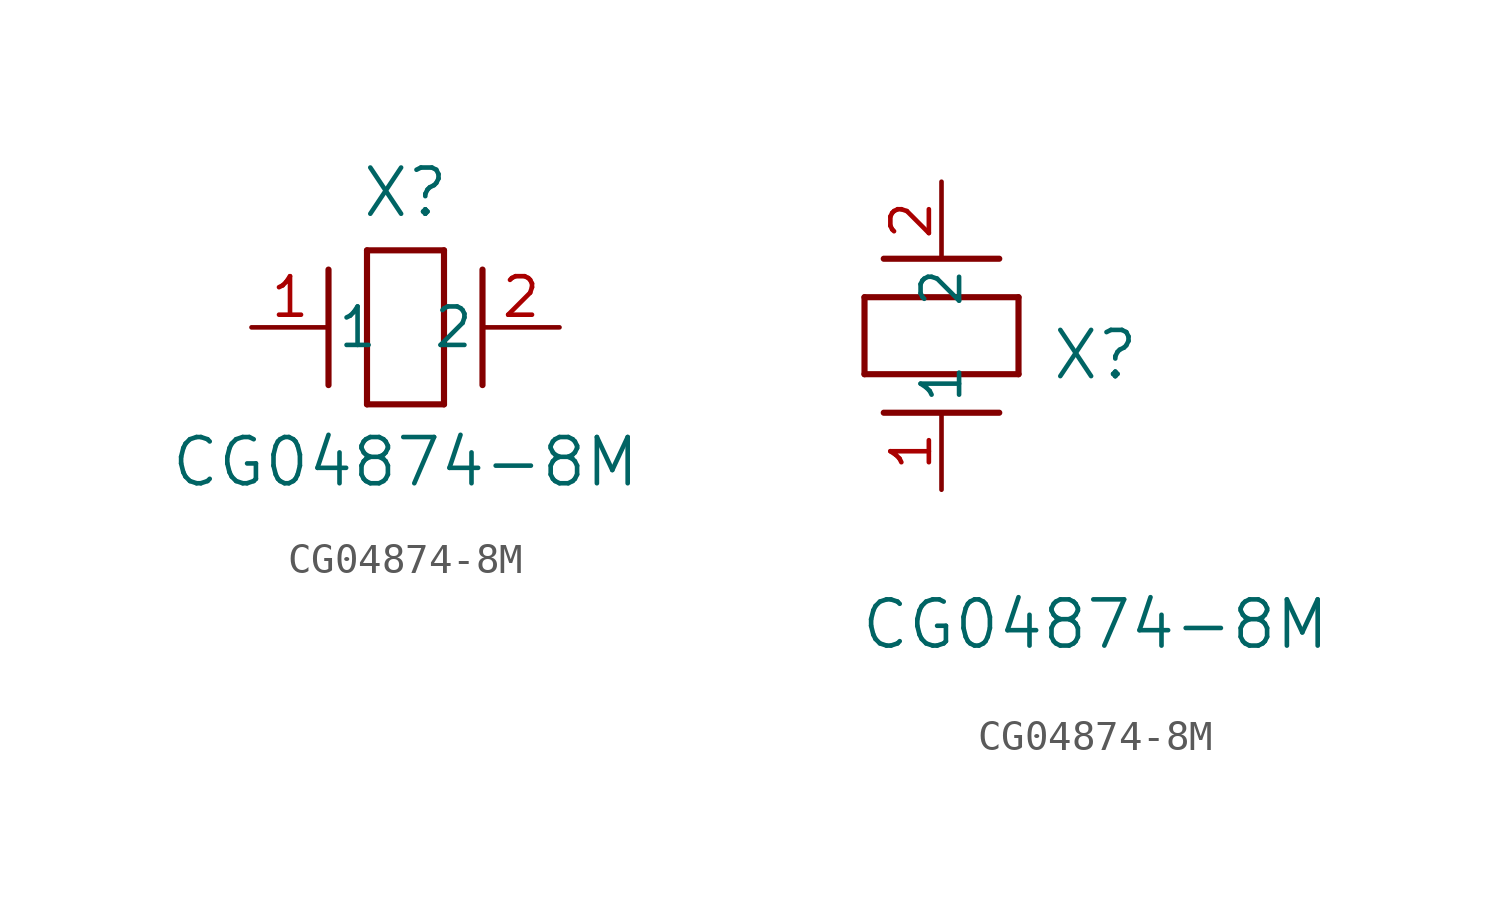
<source format=kicad_sym>
(kicad_symbol_lib
  (version 20211014)
  (generator kicad_symbol_editor)
  (symbol "CG04874-8M"
    (pin_names
      (offset 0.254))
    (property "Reference" "X"
      (at 5.08 4.445 0)
      (effects (font (size 1.524 1.524))))
    (property "Value" "CG04874-8M"
      (at 5.08 -4.445 0)
      (effects (font (size 1.524 1.524))))
    (symbol "CG04874-8M_1_1"
      (polyline (pts (xy 2.54 -1.905) (xy 2.54 1.905)) (stroke (width 0.203) (type default) (color 0 0 0 0)) (fill (type none)))
      (polyline (pts (xy 6.35 2.54) (xy 6.35 -2.54)) (stroke (width 0.203) (type default) (color 0 0 0 0)) (fill (type none)))
      (polyline (pts (xy 7.62 -1.905) (xy 7.62 1.905)) (stroke (width 0.203) (type default) (color 0 0 0 0)) (fill (type none)))
      (polyline (pts (xy 6.35 -2.54) (xy 3.81 -2.54)) (stroke (width 0.203) (type default) (color 0 0 0 0)) (fill (type none)))
      (polyline (pts (xy 3.81 2.54) (xy 6.35 2.54)) (stroke (width 0.203) (type default) (color 0 0 0 0)) (fill (type none)))
      (polyline (pts (xy 3.81 -2.54) (xy 3.81 2.54)) (stroke (width 0.203) (type default) (color 0 0 0 0)) (fill (type none)))
      (pin unspecified line (at 0 0 0) (length 2.54) (name "1" (effects (font (size 1.27 1.27)))) (number "1" (effects (font (size 1.27 1.27)))))
      (pin unspecified line (at 10.16 0 180) (length 2.54) (name "2" (effects (font (size 1.27 1.27)))) (number "2" (effects (font (size 1.27 1.27))))))
    (symbol "CG04874-8M_1_2"
      (polyline (pts (xy 1.905 7.62) (xy -1.905 7.62)) (stroke (width 0.203) (type default) (color 0 0 0 0)) (fill (type none)))
      (polyline (pts (xy -2.54 3.81) (xy -2.54 6.35)) (stroke (width 0.203) (type default) (color 0 0 0 0)) (fill (type none)))
      (polyline (pts (xy 1.905 2.54) (xy -1.905 2.54)) (stroke (width 0.203) (type default) (color 0 0 0 0)) (fill (type none)))
      (polyline (pts (xy 2.54 6.35) (xy 2.54 3.81)) (stroke (width 0.203) (type default) (color 0 0 0 0)) (fill (type none)))
      (polyline (pts (xy -2.54 6.35) (xy 2.54 6.35)) (stroke (width 0.203) (type default) (color 0 0 0 0)) (fill (type none)))
      (polyline (pts (xy 2.54 3.81) (xy -2.54 3.81)) (stroke (width 0.203) (type default) (color 0 0 0 0)) (fill (type none)))
      (pin unspecified line (at 0 0 90) (length 2.54) (name "1" (effects (font (size 1.27 1.27)))) (number "1" (effects (font (size 1.27 1.27)))))
      (pin unspecified line (at 0 10.16 270) (length 2.54) (name "2" (effects (font (size 1.27 1.27)))) (number "2" (effects (font (size 1.27 1.27))))))))
</source>
